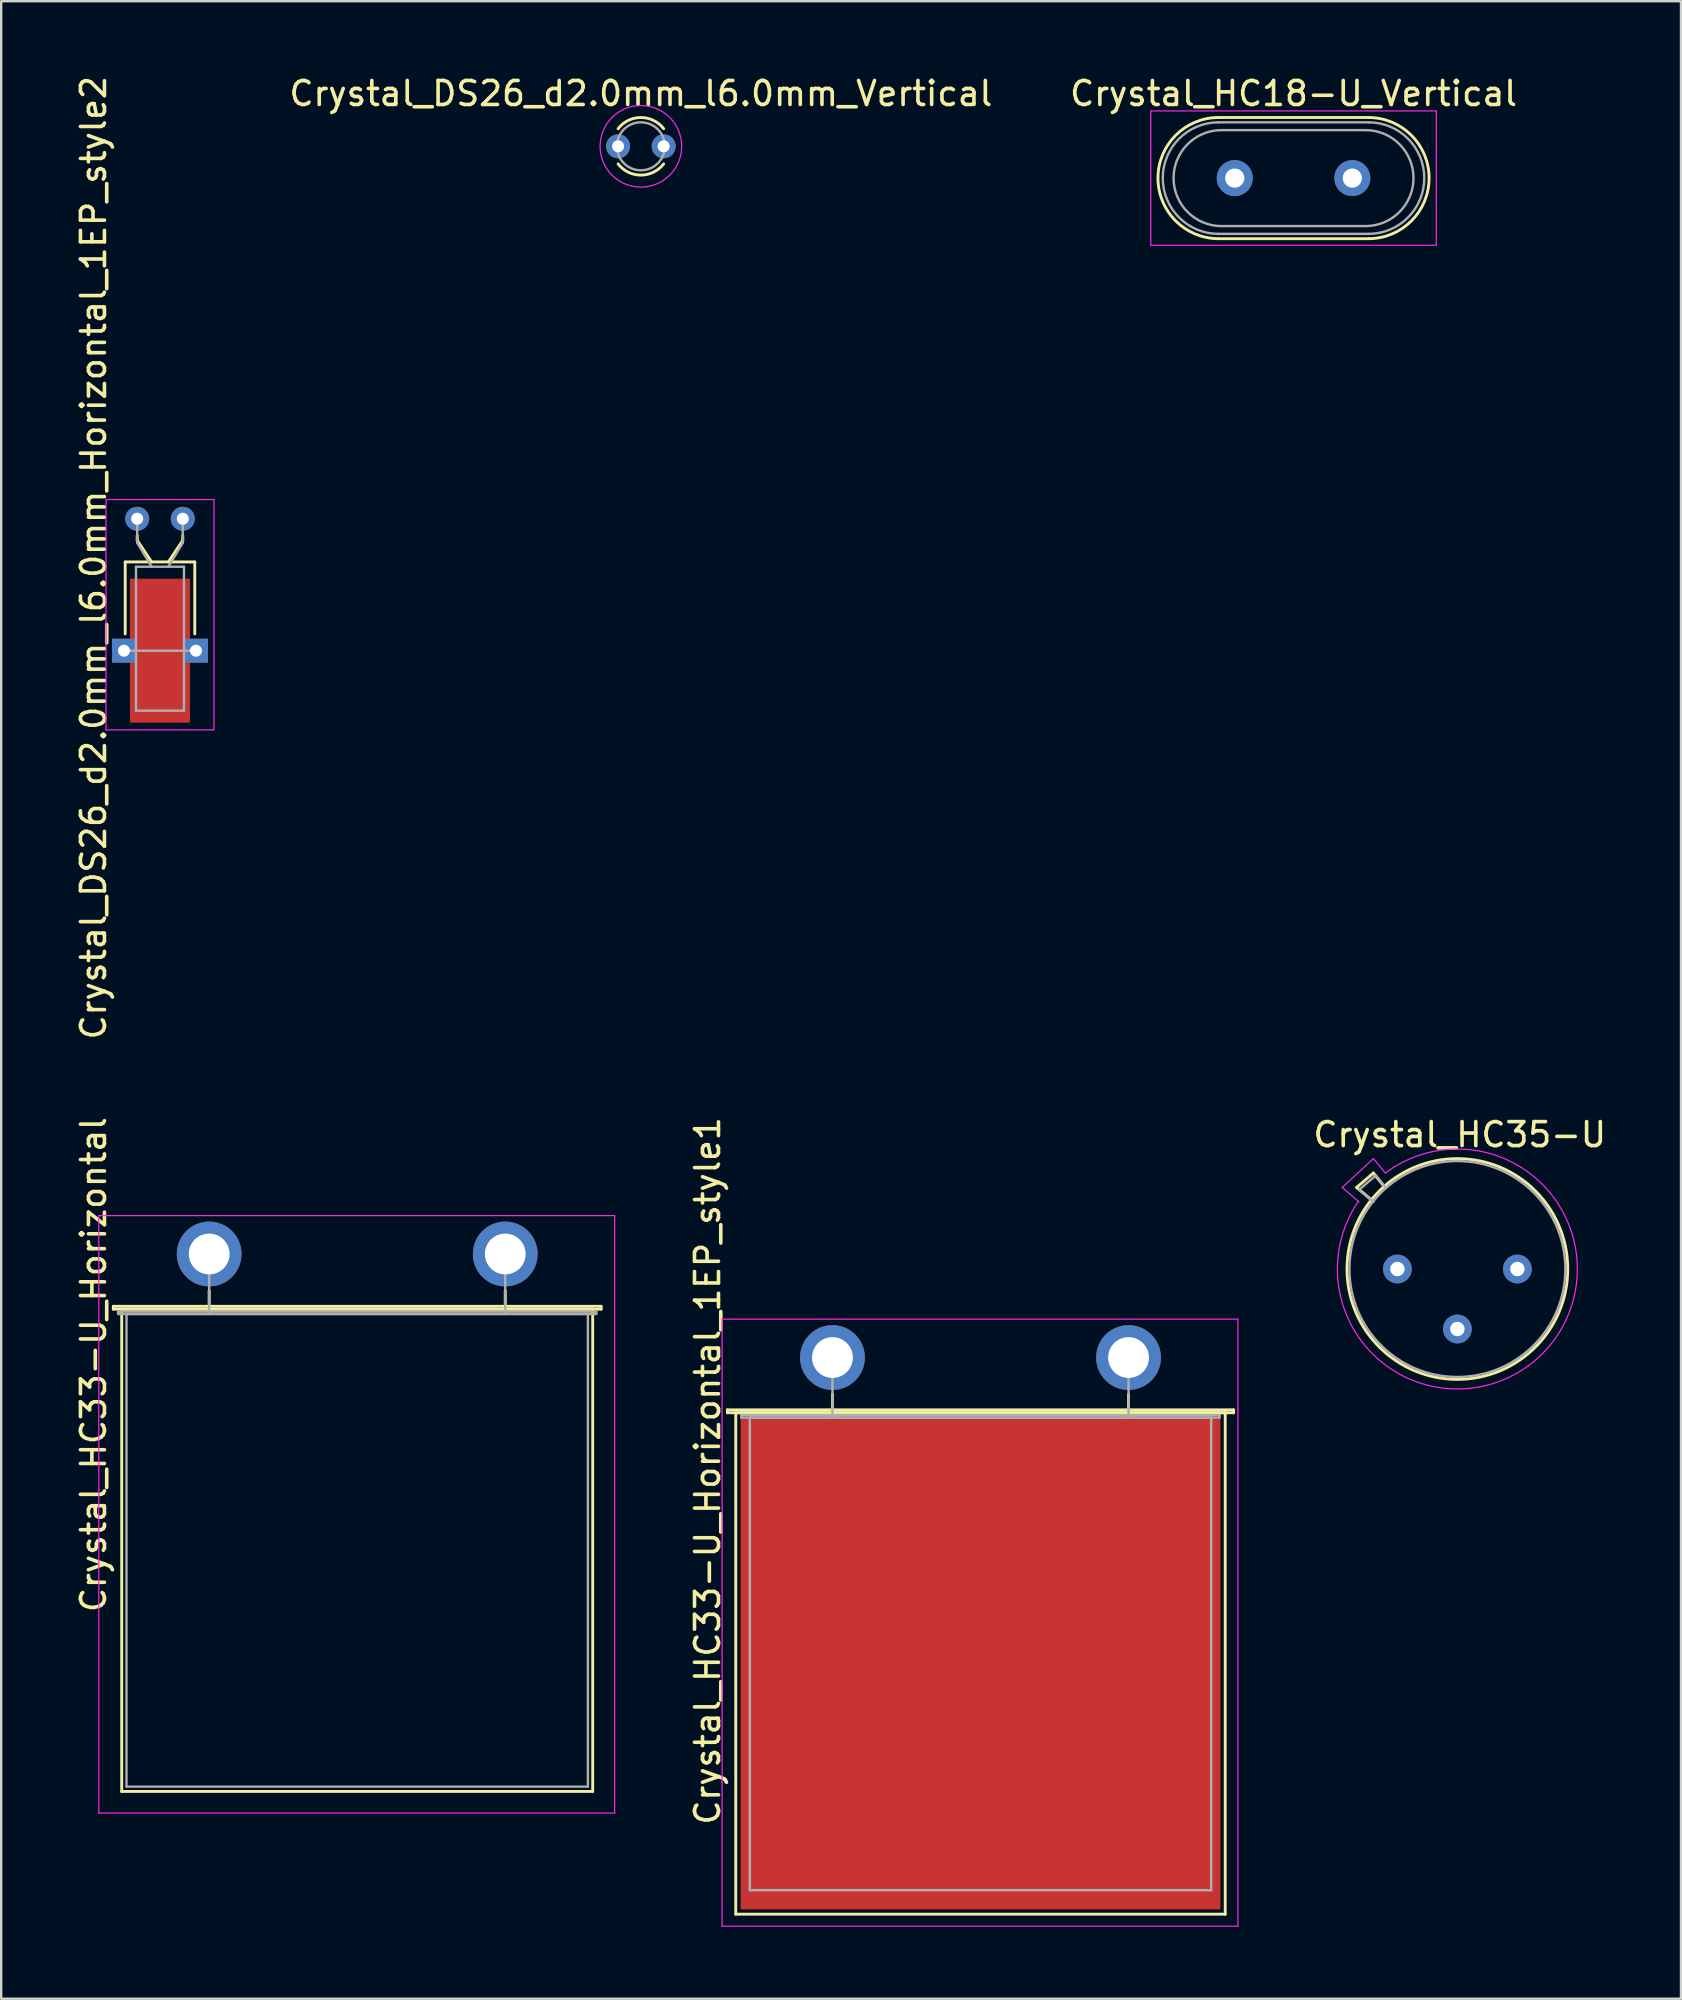
<source format=kicad_pcb>
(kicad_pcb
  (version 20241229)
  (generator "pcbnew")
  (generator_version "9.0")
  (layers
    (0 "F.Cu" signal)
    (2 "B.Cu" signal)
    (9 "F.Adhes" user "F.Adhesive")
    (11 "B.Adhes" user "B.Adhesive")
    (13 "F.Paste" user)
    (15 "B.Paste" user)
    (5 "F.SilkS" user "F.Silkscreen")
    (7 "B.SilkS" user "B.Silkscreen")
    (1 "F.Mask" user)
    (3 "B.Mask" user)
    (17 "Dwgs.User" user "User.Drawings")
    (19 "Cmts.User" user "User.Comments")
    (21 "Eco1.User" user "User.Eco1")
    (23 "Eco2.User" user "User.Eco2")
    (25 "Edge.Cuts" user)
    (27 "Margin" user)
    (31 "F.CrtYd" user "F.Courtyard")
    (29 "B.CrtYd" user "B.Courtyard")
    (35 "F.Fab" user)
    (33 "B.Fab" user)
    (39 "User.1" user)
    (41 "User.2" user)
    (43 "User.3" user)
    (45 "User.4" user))
  (footprint "Crystal_HC33-U_Horizontal_1EP_style1"
    (layer "F.Cu")
    (at 31.646 53.531)
    (property "Reference" "Crystal_HC33-U_Horizontal_1EP_style1" (at -5.205 4.725 90) (layer "F.SilkS") (effects (font (size 1 1) (thickness 0.15))))
    (attr through_hole)
    (fp_line (start -4.38 2.18) (end 16.72 2.18) (stroke (width 0.12) (type solid)) (layer "F.SilkS"))
    (fp_line (start -4.38 2.3) (end -4.38 2.18) (stroke (width 0.12) (type solid)) (layer "F.SilkS"))
    (fp_line (start -4.03 2.3) (end -4.03 23.2) (stroke (width 0.12) (type solid)) (layer "F.SilkS"))
    (fp_line (start -4.03 23.2) (end 16.37 23.2) (stroke (width 0.12) (type solid)) (layer "F.SilkS"))
    (fp_line (start 0 1.55) (end 0 1.55) (stroke (width 0.12) (type solid)) (layer "F.SilkS"))
    (fp_line (start 0 2.3) (end 0 1.55) (stroke (width 0.12) (type solid)) (layer "F.SilkS"))
    (fp_line (start 12.34 1.55) (end 12.34 1.55) (stroke (width 0.12) (type solid)) (layer "F.SilkS"))
    (fp_line (start 12.34 2.3) (end 12.34 1.55) (stroke (width 0.12) (type solid)) (layer "F.SilkS"))
    (fp_line (start 16.37 2.3) (end -4.03 2.3) (stroke (width 0.12) (type solid)) (layer "F.SilkS"))
    (fp_line (start 16.37 23.2) (end 16.37 2.3) (stroke (width 0.12) (type solid)) (layer "F.SilkS"))
    (fp_line (start 16.72 2.18) (end 16.72 2.3) (stroke (width 0.12) (type solid)) (layer "F.SilkS"))
    (fp_line (start 16.72 2.3) (end -4.38 2.3) (stroke (width 0.12) (type solid)) (layer "F.SilkS"))
    (fp_line (start -4.6 -1.6) (end -4.6 23.7) (stroke (width 0.05) (type solid)) (layer "F.CrtYd"))
    (fp_line (start -4.6 23.7) (end 16.9 23.7) (stroke (width 0.05) (type solid)) (layer "F.CrtYd"))
    (fp_line (start 16.9 -1.6) (end -4.6 -1.6) (stroke (width 0.05) (type solid)) (layer "F.CrtYd"))
    (fp_line (start 16.9 23.7) (end 16.9 -1.6) (stroke (width 0.05) (type solid)) (layer "F.CrtYd"))
    (fp_line (start -3.795 2.4) (end 16.135 2.4) (stroke (width 0.1) (type solid)) (layer "F.Fab"))
    (fp_line (start -3.795 2.5) (end -3.795 2.4) (stroke (width 0.1) (type solid)) (layer "F.Fab"))
    (fp_line (start -3.445 2.5) (end -3.445 22.2) (stroke (width 0.1) (type solid)) (layer "F.Fab"))
    (fp_line (start -3.445 22.2) (end 15.785 22.2) (stroke (width 0.1) (type solid)) (layer "F.Fab"))
    (fp_line (start 0 1.25) (end 0 0) (stroke (width 0.1) (type solid)) (layer "F.Fab"))
    (fp_line (start 0 2.5) (end 0 1.25) (stroke (width 0.1) (type solid)) (layer "F.Fab"))
    (fp_line (start 12.34 1.25) (end 12.34 0) (stroke (width 0.1) (type solid)) (layer "F.Fab"))
    (fp_line (start 12.34 2.5) (end 12.34 1.25) (stroke (width 0.1) (type solid)) (layer "F.Fab"))
    (fp_line (start 15.785 2.5) (end -3.445 2.5) (stroke (width 0.1) (type solid)) (layer "F.Fab"))
    (fp_line (start 15.785 22.2) (end 15.785 2.5) (stroke (width 0.1) (type solid)) (layer "F.Fab"))
    (fp_line (start 16.135 2.4) (end 16.135 2.5) (stroke (width 0.1) (type solid)) (layer "F.Fab"))
    (fp_line (start 16.135 2.5) (end -3.795 2.5) (stroke (width 0.1) (type solid)) (layer "F.Fab"))
    (pad "1" thru_hole circle (at 0 0) (size 2.7 2.7) (drill 1.7) (layers "*.Cu" "*.Mask"))
    (pad "2" thru_hole circle (at 12.34 0) (size 2.7 2.7) (drill 1.7) (layers "*.Cu" "*.Mask"))
    (pad "3" smd rect (at 6.17 12.75) (size 20 20.5) (layers "F.Cu" "F.Mask")))
  (footprint "Crystal_HC18-U_Vertical"
    (layer "F.Cu")
    (at 48.413 4.373)
    (property "Reference" "Crystal_HC18-U_Vertical" (at 2.45 -3.525 0) (layer "F.SilkS") (effects (font (size 1 1) (thickness 0.15))))
    (attr through_hole)
    (fp_line (start -0.675 -2.525) (end 5.575 -2.525) (stroke (width 0.12) (type solid)) (layer "F.SilkS"))
    (fp_line (start -0.675 2.525) (end 5.575 2.525) (stroke (width 0.12) (type solid)) (layer "F.SilkS"))
    (fp_arc (start -0.675 2.525) (mid -3.2 0) (end -0.675 -2.525) (stroke (width 0.12) (type solid)) (layer "F.SilkS"))
    (fp_arc (start 5.575 -2.525) (mid 8.1 0) (end 5.575 2.525) (stroke (width 0.12) (type solid)) (layer "F.SilkS"))
    (fp_line (start -3.5 -2.8) (end -3.5 2.8) (stroke (width 0.05) (type solid)) (layer "F.CrtYd"))
    (fp_line (start -3.5 2.8) (end 8.4 2.8) (stroke (width 0.05) (type solid)) (layer "F.CrtYd"))
    (fp_line (start 8.4 -2.8) (end -3.5 -2.8) (stroke (width 0.05) (type solid)) (layer "F.CrtYd"))
    (fp_line (start 8.4 2.8) (end 8.4 -2.8) (stroke (width 0.05) (type solid)) (layer "F.CrtYd"))
    (fp_line (start -0.675 -2.325) (end 5.575 -2.325) (stroke (width 0.1) (type solid)) (layer "F.Fab"))
    (fp_line (start -0.675 2.325) (end 5.575 2.325) (stroke (width 0.1) (type solid)) (layer "F.Fab"))
    (fp_line (start -0.55 -2) (end 5.45 -2) (stroke (width 0.1) (type solid)) (layer "F.Fab"))
    (fp_line (start -0.55 2) (end 5.45 2) (stroke (width 0.1) (type solid)) (layer "F.Fab"))
    (fp_arc (start -0.675 2.325) (mid -3 0) (end -0.675 -2.325) (stroke (width 0.1) (type solid)) (layer "F.Fab"))
    (fp_arc (start -0.55 2) (mid -2.55 0) (end -0.55 -2) (stroke (width 0.1) (type solid)) (layer "F.Fab"))
    (fp_arc (start 5.45 -2) (mid 7.45 0) (end 5.45 2) (stroke (width 0.1) (type solid)) (layer "F.Fab"))
    (fp_arc (start 5.575 -2.325) (mid 7.9 0) (end 5.575 2.325) (stroke (width 0.1) (type solid)) (layer "F.Fab"))
    (pad "1" thru_hole circle (at 0 0) (size 1.5 1.5) (drill 0.8) (layers "*.Cu" "*.Mask"))
    (pad "2" thru_hole circle (at 4.9 0) (size 1.5 1.5) (drill 0.8) (layers "*.Cu" "*.Mask")))
  (footprint "Crystal_HC33-U_Horizontal"
    (layer "F.Cu")
    (at 5.668 49.215)
    (property "Reference" "Crystal_HC33-U_Horizontal" (at -4.82 4.612 90) (layer "F.SilkS") (effects (font (size 1 1) (thickness 0.15))))
    (attr through_hole)
    (fp_line (start -3.995 2.18) (end 16.335 2.18) (stroke (width 0.12) (type solid)) (layer "F.SilkS"))
    (fp_line (start -3.995 2.3) (end -3.995 2.18) (stroke (width 0.12) (type solid)) (layer "F.SilkS"))
    (fp_line (start -3.645 2.3) (end -3.645 22.4) (stroke (width 0.12) (type solid)) (layer "F.SilkS"))
    (fp_line (start -3.645 22.4) (end 15.985 22.4) (stroke (width 0.12) (type solid)) (layer "F.SilkS"))
    (fp_line (start 0 1.55) (end 0 1.55) (stroke (width 0.12) (type solid)) (layer "F.SilkS"))
    (fp_line (start 0 2.3) (end 0 1.55) (stroke (width 0.12) (type solid)) (layer "F.SilkS"))
    (fp_line (start 12.34 1.55) (end 12.34 1.55) (stroke (width 0.12) (type solid)) (layer "F.SilkS"))
    (fp_line (start 12.34 2.3) (end 12.34 1.55) (stroke (width 0.12) (type solid)) (layer "F.SilkS"))
    (fp_line (start 15.985 2.3) (end -3.645 2.3) (stroke (width 0.12) (type solid)) (layer "F.SilkS"))
    (fp_line (start 15.985 22.4) (end 15.985 2.3) (stroke (width 0.12) (type solid)) (layer "F.SilkS"))
    (fp_line (start 16.335 2.18) (end 16.335 2.3) (stroke (width 0.12) (type solid)) (layer "F.SilkS"))
    (fp_line (start 16.335 2.3) (end -3.995 2.3) (stroke (width 0.12) (type solid)) (layer "F.SilkS"))
    (fp_line (start -4.6 -1.6) (end -4.6 23.3) (stroke (width 0.05) (type solid)) (layer "F.CrtYd"))
    (fp_line (start -4.6 23.3) (end 16.9 23.3) (stroke (width 0.05) (type solid)) (layer "F.CrtYd"))
    (fp_line (start 16.9 -1.6) (end -4.6 -1.6) (stroke (width 0.05) (type solid)) (layer "F.CrtYd"))
    (fp_line (start 16.9 23.3) (end 16.9 -1.6) (stroke (width 0.05) (type solid)) (layer "F.CrtYd"))
    (fp_line (start -3.795 2.4) (end 16.135 2.4) (stroke (width 0.1) (type solid)) (layer "F.Fab"))
    (fp_line (start -3.795 2.5) (end -3.795 2.4) (stroke (width 0.1) (type solid)) (layer "F.Fab"))
    (fp_line (start -3.445 2.5) (end -3.445 22.2) (stroke (width 0.1) (type solid)) (layer "F.Fab"))
    (fp_line (start -3.445 22.2) (end 15.785 22.2) (stroke (width 0.1) (type solid)) (layer "F.Fab"))
    (fp_line (start 0 1.25) (end 0 0) (stroke (width 0.1) (type solid)) (layer "F.Fab"))
    (fp_line (start 0 2.5) (end 0 1.25) (stroke (width 0.1) (type solid)) (layer "F.Fab"))
    (fp_line (start 12.34 1.25) (end 12.34 0) (stroke (width 0.1) (type solid)) (layer "F.Fab"))
    (fp_line (start 12.34 2.5) (end 12.34 1.25) (stroke (width 0.1) (type solid)) (layer "F.Fab"))
    (fp_line (start 15.785 2.5) (end -3.445 2.5) (stroke (width 0.1) (type solid)) (layer "F.Fab"))
    (fp_line (start 15.785 22.2) (end 15.785 2.5) (stroke (width 0.1) (type solid)) (layer "F.Fab"))
    (fp_line (start 16.135 2.4) (end 16.135 2.5) (stroke (width 0.1) (type solid)) (layer "F.Fab"))
    (fp_line (start 16.135 2.5) (end -3.795 2.5) (stroke (width 0.1) (type solid)) (layer "F.Fab"))
    (pad "1" thru_hole circle (at 0 0) (size 2.7 2.7) (drill 1.7) (layers "*.Cu" "*.Mask"))
    (pad "2" thru_hole circle (at 12.34 0) (size 2.7 2.7) (drill 1.7) (layers "*.Cu" "*.Mask")))
  (footprint "Crystal_HC35-U"
    (layer "F.Cu")
    (at 55.192 49.841)
    (property "Reference" "Crystal_HC35-U" (at 2.6 -5.6 0) (layer "F.SilkS") (effects (font (size 1 1) (thickness 0.15))))
    (attr through_hole)
    (fp_line (start -1.7 -3.4) (end -1 -4) (stroke (width 0.12) (type solid)) (layer "F.SilkS"))
    (fp_line (start -1.1 -2.9) (end -1.7 -3.4) (stroke (width 0.12) (type solid)) (layer "F.SilkS"))
    (fp_line (start -1 -4) (end -0.6 -3.5) (stroke (width 0.12) (type solid)) (layer "F.SilkS"))
    (fp_circle (center 2.5 0) (end 7.1 0) (stroke (width 0.12) (type solid)) (fill no) (layer "F.SilkS"))
    (fp_line (start -2.3 -3.4) (end -1 -4.6) (stroke (width 0.05) (type solid)) (layer "F.CrtYd"))
    (fp_line (start -1.6 -2.8) (end -2.3 -3.4) (stroke (width 0.05) (type solid)) (layer "F.CrtYd"))
    (fp_line (start -1 -4.6) (end -0.5 -4) (stroke (width 0.05) (type solid)) (layer "F.CrtYd"))
    (fp_arc (start -0.5 -4) (mid 6.119047 3.45) (end -1.638828 -2.80537) (stroke (width 0.05) (type solid)) (layer "F.CrtYd"))
    (fp_line (start -1.6 -3.3) (end -0.9 -3.9) (stroke (width 0.1) (type solid)) (layer "F.Fab"))
    (fp_line (start -1 -2.8) (end -1.6 -3.3) (stroke (width 0.1) (type solid)) (layer "F.Fab"))
    (fp_line (start -0.9 -3.9) (end -0.5 -3.4) (stroke (width 0.1) (type solid)) (layer "F.Fab"))
    (fp_circle (center 2.5 0) (end 7 0) (stroke (width 0.1) (type solid)) (fill no) (layer "F.Fab"))
    (pad "1" thru_hole circle (at 0 0) (size 1.2 1.2) (drill 0.6) (layers "*.Cu" "*.Mask"))
    (pad "2" thru_hole circle (at 5 0) (size 1.2 1.2) (drill 0.6) (layers "*.Cu" "*.Mask"))
    (pad "3" thru_hole circle (at 2.5 2.5) (size 1.2 1.2) (drill 0.6) (layers "*.Cu" "*.Mask")))
  (footprint "Crystal_DS26_d2.0mm_l6.0mm_Horizontal_1EP_style2"
    (layer "F.Cu")
    (at 2.668 18.571)
    (property "Reference" "Crystal_DS26_d2.0mm_l6.0mm_Horizontal_1EP_style2" (at -1.82 1.625 90) (layer "F.SilkS") (effects (font (size 1 1) (thickness 0.15))))
    (attr through_hole)
    (fp_line (start -0.5 1.8) (end 2.4 1.8) (stroke (width 0.12) (type solid)) (layer "F.SilkS"))
    (fp_line (start -0.5 4.8) (end -0.5 1.8) (stroke (width 0.12) (type solid)) (layer "F.SilkS"))
    (fp_line (start 0 0.9) (end 0 0.7) (stroke (width 0.12) (type solid)) (layer "F.SilkS"))
    (fp_line (start 0.6 1.8) (end 0 0.9) (stroke (width 0.12) (type solid)) (layer "F.SilkS"))
    (fp_line (start 1.3 1.8) (end 1.9 0.9) (stroke (width 0.12) (type solid)) (layer "F.SilkS"))
    (fp_line (start 1.9 0.9) (end 1.9 0.7) (stroke (width 0.12) (type solid)) (layer "F.SilkS"))
    (fp_line (start 2.4 1.8) (end 2.4 4.8) (stroke (width 0.12) (type solid)) (layer "F.SilkS"))
    (fp_line (start -1.3 -0.8) (end -1.3 8.8) (stroke (width 0.05) (type solid)) (layer "F.CrtYd"))
    (fp_line (start -1.3 8.8) (end 3.2 8.8) (stroke (width 0.05) (type solid)) (layer "F.CrtYd"))
    (fp_line (start 3.2 -0.8) (end -1.3 -0.8) (stroke (width 0.05) (type solid)) (layer "F.CrtYd"))
    (fp_line (start 3.2 8.8) (end 3.2 -0.8) (stroke (width 0.05) (type solid)) (layer "F.CrtYd"))
    (fp_line (start -0.55 5.5) (end 2.45 5.5) (stroke (width 0.1) (type solid)) (layer "F.Fab"))
    (fp_line (start -0.05 2) (end -0.05 8) (stroke (width 0.1) (type solid)) (layer "F.Fab"))
    (fp_line (start -0.05 8) (end 1.95 8) (stroke (width 0.1) (type solid)) (layer "F.Fab"))
    (fp_line (start 0 1) (end 0 0) (stroke (width 0.1) (type solid)) (layer "F.Fab"))
    (fp_line (start 0.6 2) (end 0 1) (stroke (width 0.1) (type solid)) (layer "F.Fab"))
    (fp_line (start 1.3 2) (end 1.9 1) (stroke (width 0.1) (type solid)) (layer "F.Fab"))
    (fp_line (start 1.9 1) (end 1.9 0) (stroke (width 0.1) (type solid)) (layer "F.Fab"))
    (fp_line (start 1.95 2) (end -0.05 2) (stroke (width 0.1) (type solid)) (layer "F.Fab"))
    (fp_line (start 1.95 8) (end 1.95 2) (stroke (width 0.1) (type solid)) (layer "F.Fab"))
    (pad "1" thru_hole circle (at 0 0) (size 1 1) (drill 0.5) (layers "*.Cu" "*.Mask"))
    (pad "2" thru_hole circle (at 1.9 0) (size 1 1) (drill 0.5) (layers "*.Cu" "*.Mask"))
    (pad "3" thru_hole rect (at -0.55 5.5) (size 1 1) (drill 0.5) (layers "*.Cu" "*.Mask"))
    (pad "3" smd rect (at 0.95 5.5) (size 2.5 6) (layers "F.Cu" "F.Mask"))
    (pad "3" thru_hole rect (at 2.45 5.5) (size 1 1) (drill 0.5) (layers "*.Cu" "*.Mask")))
  (footprint "Crystal_DS26_d2.0mm_l6.0mm_Vertical"
    (layer "F.Cu")
    (at 22.711 3.048)
    (property "Reference" "Crystal_DS26_d2.0mm_l6.0mm_Vertical" (at 0.95 -2.2 0) (layer "F.SilkS") (effects (font (size 1 1) (thickness 0.15))))
    (attr through_hole)
    (fp_arc (start 0 -0.733144) (mid 0.950178 -1.2) (end 1.900217 -0.732863) (stroke (width 0.12) (type solid)) (layer "F.SilkS"))
    (fp_arc (start 1.900217 0.732863) (mid 0.950178 1.2) (end 0 0.733144) (stroke (width 0.12) (type solid)) (layer "F.SilkS"))
    (fp_circle (center 0.95 0) (end 2.65 0) (stroke (width 0.05) (type solid)) (fill no) (layer "F.CrtYd"))
    (fp_circle (center 0.95 0) (end 1.95 0) (stroke (width 0.1) (type solid)) (fill no) (layer "F.Fab"))
    (pad "1" thru_hole circle (at 0 0) (size 1 1) (drill 0.5) (layers "*.Cu" "*.Mask"))
    (pad "2" thru_hole circle (at 1.9 0) (size 1 1) (drill 0.5) (layers "*.Cu" "*.Mask")))
  (gr_rect
    (start -3 -3)
    (end 67.012 80.256)
    (stroke (width 0.1) (type default))
    (fill no)
    (layer "Edge.Cuts")))
</source>
